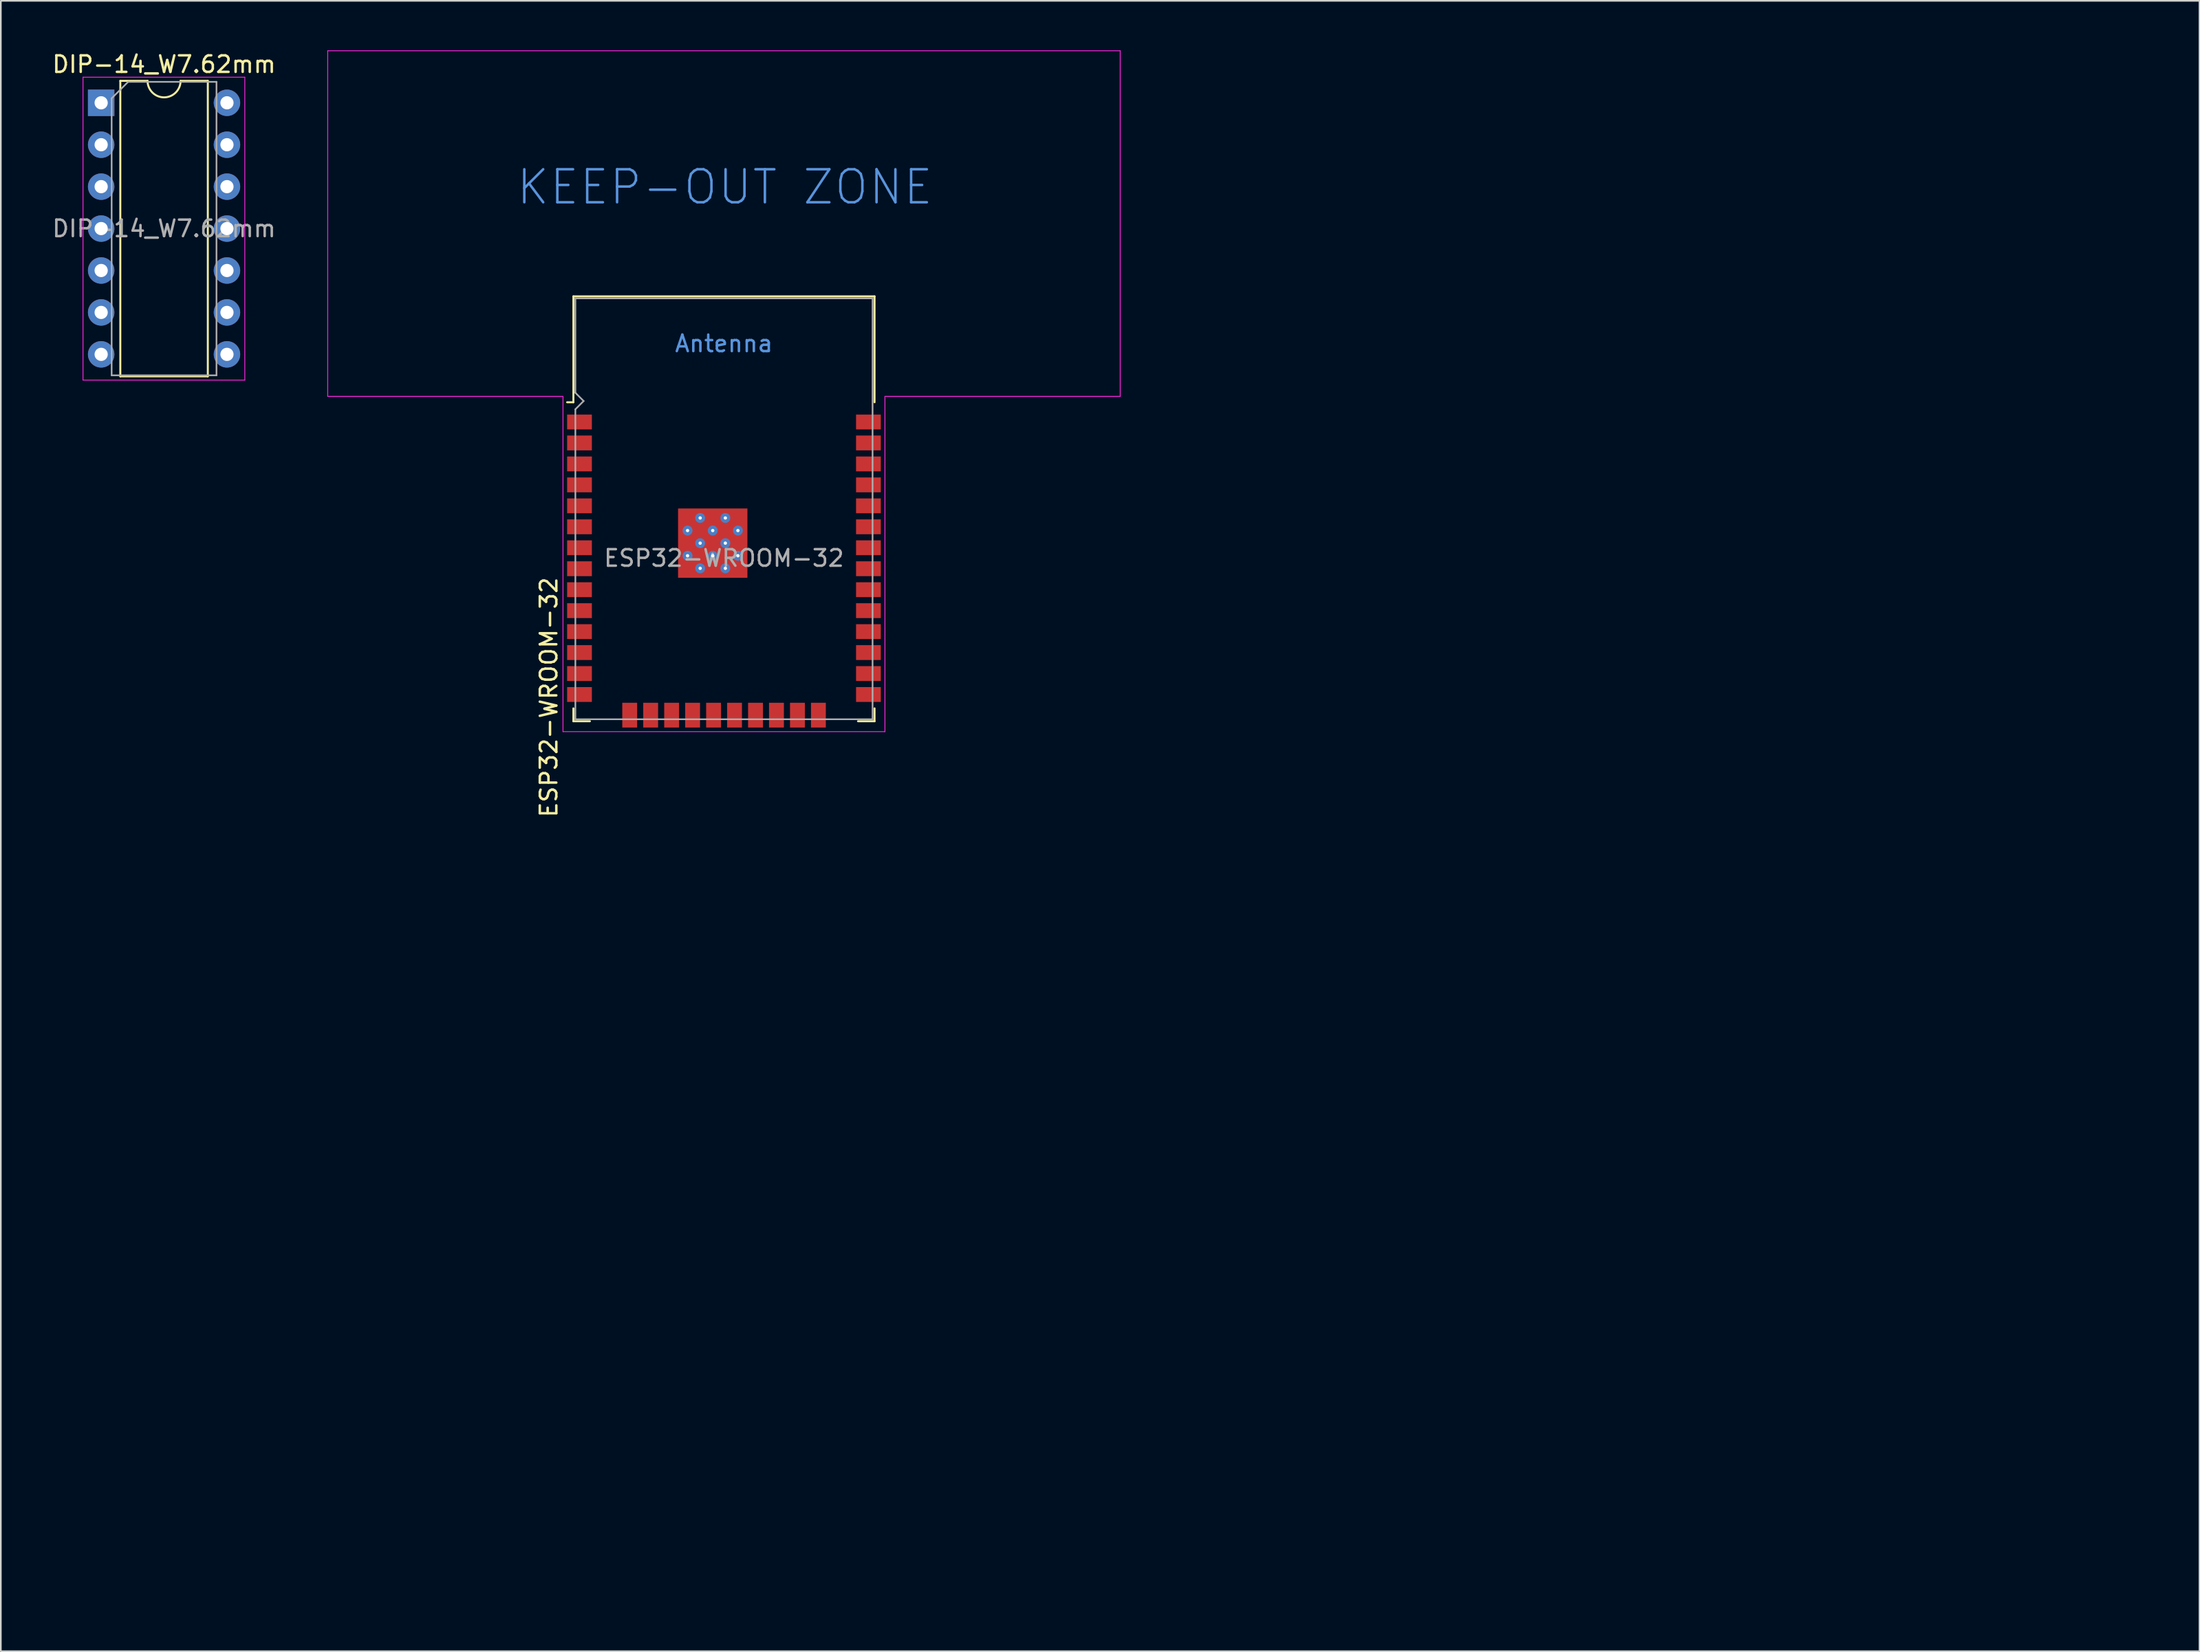
<source format=kicad_pcb>
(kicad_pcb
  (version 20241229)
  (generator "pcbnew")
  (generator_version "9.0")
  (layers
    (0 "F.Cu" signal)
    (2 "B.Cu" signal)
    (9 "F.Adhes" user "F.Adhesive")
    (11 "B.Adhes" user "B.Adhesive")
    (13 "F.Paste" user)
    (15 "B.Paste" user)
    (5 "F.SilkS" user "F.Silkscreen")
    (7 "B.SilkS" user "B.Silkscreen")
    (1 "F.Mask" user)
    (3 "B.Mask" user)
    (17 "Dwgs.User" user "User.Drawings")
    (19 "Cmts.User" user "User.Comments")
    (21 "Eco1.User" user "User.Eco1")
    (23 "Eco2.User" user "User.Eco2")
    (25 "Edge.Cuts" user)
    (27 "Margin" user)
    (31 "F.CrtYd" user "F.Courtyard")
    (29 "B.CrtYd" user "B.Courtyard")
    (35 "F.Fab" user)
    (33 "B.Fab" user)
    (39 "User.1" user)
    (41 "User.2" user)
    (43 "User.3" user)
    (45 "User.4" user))
  (footprint "ESP32-WROOM-32"
    (layer "F.Cu")
    (at 40.799 30.765)
    (property "Reference" "ESP32-WROOM-32" (at -10.61 8.43 90) (layer "F.SilkS") (effects (font (size 1 1) (thickness 0.15))))
    (attr smd)
    (fp_line (start -9.12 -15.86) (end -9.12 -9.445) (stroke (width 0.12) (type solid)) (layer "F.SilkS"))
    (fp_line (start -9.12 -15.86) (end 9.12 -15.86) (stroke (width 0.12) (type solid)) (layer "F.SilkS"))
    (fp_line (start -9.12 -9.445) (end -9.5 -9.445) (stroke (width 0.12) (type solid)) (layer "F.SilkS"))
    (fp_line (start -9.12 9.1) (end -9.12 9.88) (stroke (width 0.12) (type solid)) (layer "F.SilkS"))
    (fp_line (start -9.12 9.88) (end -8.12 9.88) (stroke (width 0.12) (type solid)) (layer "F.SilkS"))
    (fp_line (start 9.12 -15.86) (end 9.12 -9.445) (stroke (width 0.12) (type solid)) (layer "F.SilkS"))
    (fp_line (start 9.12 9.1) (end 9.12 9.88) (stroke (width 0.12) (type solid)) (layer "F.SilkS"))
    (fp_line (start 9.12 9.88) (end 8.12 9.88) (stroke (width 0.12) (type solid)) (layer "F.SilkS"))
    (fp_line (start -24 -30.74) (end -24 -9.8) (stroke (width 0.05) (type solid)) (layer "F.CrtYd"))
    (fp_line (start -24 -9.8) (end -9.75 -9.8) (stroke (width 0.05) (type solid)) (layer "F.CrtYd"))
    (fp_line (start -9.75 10.51) (end -9.75 -9.8) (stroke (width 0.05) (type solid)) (layer "F.CrtYd"))
    (fp_line (start -9.75 10.51) (end 9.75 10.51) (stroke (width 0.05) (type solid)) (layer "F.CrtYd"))
    (fp_line (start 9.75 -9.8) (end 9.75 10.51) (stroke (width 0.05) (type solid)) (layer "F.CrtYd"))
    (fp_line (start 9.75 -9.8) (end 24 -9.8) (stroke (width 0.05) (type solid)) (layer "F.CrtYd"))
    (fp_line (start 24 -30.74) (end -24 -30.74) (stroke (width 0.05) (type solid)) (layer "F.CrtYd"))
    (fp_line (start 24 -9.8) (end 24 -30.74) (stroke (width 0.05) (type solid)) (layer "F.CrtYd"))
    (fp_line (start -9 -15.74) (end -9 -10.02) (stroke (width 0.1) (type solid)) (layer "F.Fab"))
    (fp_line (start -9 -15.74) (end 9 -15.74) (stroke (width 0.1) (type solid)) (layer "F.Fab"))
    (fp_line (start -9 -9.02) (end -9 9.76) (stroke (width 0.1) (type solid)) (layer "F.Fab"))
    (fp_line (start -9 -9.02) (end -8.5 -9.52) (stroke (width 0.1) (type solid)) (layer "F.Fab"))
    (fp_line (start -9 9.76) (end 9 9.76) (stroke (width 0.1) (type solid)) (layer "F.Fab"))
    (fp_line (start -8.5 -9.52) (end -9 -10.02) (stroke (width 0.1) (type solid)) (layer "F.Fab"))
    (fp_line (start 9 9.76) (end 9 -15.74) (stroke (width 0.1) (type solid)) (layer "F.Fab"))
    (fp_text user "KEEP-OUT ZONE" (at 0.05 -22.48 0) (layer "Cmts.User") (effects (font (size 2 2) (thickness 0.15))))
    (fp_text user "Antenna" (at 0 -13 0) (layer "Cmts.User") (effects (font (size 1 1) (thickness 0.15))))
    (fp_text user "${REFERENCE}" (at 0 0 0) (layer "F.Fab") (effects (font (size 1 1) (thickness 0.15))))
    (pad "1" smd rect (at -8.75 -8.25) (size 1.5 0.9) (layers "F.Cu" "F.Mask" "F.Paste"))
    (pad "2" smd rect (at -8.75 -6.98) (size 1.5 0.9) (layers "F.Cu" "F.Mask" "F.Paste"))
    (pad "3" smd rect (at -8.75 -5.71) (size 1.5 0.9) (layers "F.Cu" "F.Mask" "F.Paste"))
    (pad "4" smd rect (at -8.75 -4.44) (size 1.5 0.9) (layers "F.Cu" "F.Mask" "F.Paste"))
    (pad "5" smd rect (at -8.75 -3.17) (size 1.5 0.9) (layers "F.Cu" "F.Mask" "F.Paste"))
    (pad "6" smd rect (at -8.75 -1.9) (size 1.5 0.9) (layers "F.Cu" "F.Mask" "F.Paste"))
    (pad "7" smd rect (at -8.75 -0.63) (size 1.5 0.9) (layers "F.Cu" "F.Mask" "F.Paste"))
    (pad "8" smd rect (at -8.75 0.64) (size 1.5 0.9) (layers "F.Cu" "F.Mask" "F.Paste"))
    (pad "9" smd rect (at -8.75 1.91) (size 1.5 0.9) (layers "F.Cu" "F.Mask" "F.Paste"))
    (pad "10" smd rect (at -8.75 3.18) (size 1.5 0.9) (layers "F.Cu" "F.Mask" "F.Paste"))
    (pad "11" smd rect (at -8.75 4.45) (size 1.5 0.9) (layers "F.Cu" "F.Mask" "F.Paste"))
    (pad "12" smd rect (at -8.75 5.72) (size 1.5 0.9) (layers "F.Cu" "F.Mask" "F.Paste"))
    (pad "13" smd rect (at -8.75 6.99) (size 1.5 0.9) (layers "F.Cu" "F.Mask" "F.Paste"))
    (pad "14" smd rect (at -8.75 8.26) (size 1.5 0.9) (layers "F.Cu" "F.Mask" "F.Paste"))
    (pad "15" smd rect (at -5.71 9.51 90) (size 1.5 0.9) (layers "F.Cu" "F.Mask" "F.Paste"))
    (pad "16" smd rect (at -4.44 9.51 90) (size 1.5 0.9) (layers "F.Cu" "F.Mask" "F.Paste"))
    (pad "17" smd rect (at -3.17 9.51 90) (size 1.5 0.9) (layers "F.Cu" "F.Mask" "F.Paste"))
    (pad "18" smd rect (at -1.9 9.51 90) (size 1.5 0.9) (layers "F.Cu" "F.Mask" "F.Paste"))
    (pad "19" smd rect (at -0.63 9.51 90) (size 1.5 0.9) (layers "F.Cu" "F.Mask" "F.Paste"))
    (pad "20" smd rect (at 0.64 9.51 90) (size 1.5 0.9) (layers "F.Cu" "F.Mask" "F.Paste"))
    (pad "21" smd rect (at 1.91 9.51 90) (size 1.5 0.9) (layers "F.Cu" "F.Mask" "F.Paste"))
    (pad "22" smd rect (at 3.18 9.51 90) (size 1.5 0.9) (layers "F.Cu" "F.Mask" "F.Paste"))
    (pad "23" smd rect (at 4.45 9.51 90) (size 1.5 0.9) (layers "F.Cu" "F.Mask" "F.Paste"))
    (pad "24" smd rect (at 5.72 9.51 90) (size 1.5 0.9) (layers "F.Cu" "F.Mask" "F.Paste"))
    (pad "25" smd rect (at 8.75 8.26) (size 1.5 0.9) (layers "F.Cu" "F.Mask" "F.Paste"))
    (pad "26" smd rect (at 8.75 6.99) (size 1.5 0.9) (layers "F.Cu" "F.Mask" "F.Paste"))
    (pad "27" smd rect (at 8.75 5.72) (size 1.5 0.9) (layers "F.Cu" "F.Mask" "F.Paste"))
    (pad "28" smd rect (at 8.75 4.45) (size 1.5 0.9) (layers "F.Cu" "F.Mask" "F.Paste"))
    (pad "29" smd rect (at 8.75 3.18) (size 1.5 0.9) (layers "F.Cu" "F.Mask" "F.Paste"))
    (pad "30" smd rect (at 8.75 1.91) (size 1.5 0.9) (layers "F.Cu" "F.Mask" "F.Paste"))
    (pad "31" smd rect (at 8.75 0.64) (size 1.5 0.9) (layers "F.Cu" "F.Mask" "F.Paste"))
    (pad "32" smd rect (at 8.75 -0.63) (size 1.5 0.9) (layers "F.Cu" "F.Mask" "F.Paste"))
    (pad "33" smd rect (at 8.75 -1.9) (size 1.5 0.9) (layers "F.Cu" "F.Mask" "F.Paste"))
    (pad "34" smd rect (at 8.75 -3.17) (size 1.5 0.9) (layers "F.Cu" "F.Mask" "F.Paste"))
    (pad "35" smd rect (at 8.75 -4.44) (size 1.5 0.9) (layers "F.Cu" "F.Mask" "F.Paste"))
    (pad "36" smd rect (at 8.75 -5.71) (size 1.5 0.9) (layers "F.Cu" "F.Mask" "F.Paste"))
    (pad "37" smd rect (at 8.75 -6.98) (size 1.5 0.9) (layers "F.Cu" "F.Mask" "F.Paste"))
    (pad "38" smd rect (at 8.75 -8.25) (size 1.5 0.9) (layers "F.Cu" "F.Mask" "F.Paste"))
    (pad "39" smd rect (at -2.205 -2.435) (size 1.05 1.05) (layers "F.Cu" "F.Paste"))
    (pad "39" thru_hole circle (at -2.205 -1.673) (size 0.6 0.6) (drill 0.2) (property pad_prop_heatsink) (layers "*.Cu" "F.Mask"))
    (pad "39" smd rect (at -2.205 -0.91) (size 1.05 1.05) (layers "F.Cu" "F.Paste"))
    (pad "39" thru_hole circle (at -2.205 -0.147) (size 0.6 0.6) (drill 0.2) (property pad_prop_heatsink) (layers "*.Cu" "F.Mask"))
    (pad "39" smd rect (at -2.205 0.615) (size 1.05 1.05) (layers "F.Cu" "F.Paste"))
    (pad "39" thru_hole circle (at -1.442 -2.435) (size 0.6 0.6) (drill 0.2) (property pad_prop_heatsink) (layers "*.Cu" "F.Mask"))
    (pad "39" thru_hole circle (at -1.442 -0.91) (size 0.6 0.6) (drill 0.2) (property pad_prop_heatsink) (layers "*.Cu" "F.Mask"))
    (pad "39" thru_hole circle (at -1.442 0.615) (size 0.6 0.6) (drill 0.2) (property pad_prop_heatsink) (layers "*.Cu" "F.Mask"))
    (pad "39" smd rect (at -0.68 -2.435) (size 1.05 1.05) (layers "F.Cu" "F.Paste"))
    (pad "39" thru_hole circle (at -0.68 -1.673) (size 0.6 0.6) (drill 0.2) (property pad_prop_heatsink) (layers "*.Cu" "F.Mask"))
    (pad "39" smd rect (at -0.68 -0.91) (size 1.05 1.05) (layers "F.Cu" "F.Paste"))
    (pad "39" smd rect (at -0.68 -0.91) (size 4.2 4.2) (layers "F.Cu" "F.Mask"))
    (pad "39" thru_hole circle (at -0.68 -0.147) (size 0.6 0.6) (drill 0.2) (property pad_prop_heatsink) (layers "*.Cu" "F.Mask"))
    (pad "39" smd rect (at -0.68 0.615) (size 1.05 1.05) (layers "F.Cu" "F.Paste"))
    (pad "39" thru_hole circle (at 0.083 -2.435) (size 0.6 0.6) (drill 0.2) (property pad_prop_heatsink) (layers "*.Cu" "F.Mask"))
    (pad "39" thru_hole circle (at 0.083 -0.91) (size 0.6 0.6) (drill 0.2) (property pad_prop_heatsink) (layers "*.Cu" "F.Mask"))
    (pad "39" thru_hole circle (at 0.083 0.615) (size 0.6 0.6) (drill 0.2) (property pad_prop_heatsink) (layers "*.Cu" "F.Mask"))
    (pad "39" smd rect (at 0.845 -2.435) (size 1.05 1.05) (layers "F.Cu" "F.Paste"))
    (pad "39" thru_hole circle (at 0.845 -1.673) (size 0.6 0.6) (drill 0.2) (property pad_prop_heatsink) (layers "*.Cu" "F.Mask"))
    (pad "39" smd rect (at 0.845 -0.91) (size 1.05 1.05) (layers "F.Cu" "F.Paste"))
    (pad "39" thru_hole circle (at 0.845 -0.147) (size 0.6 0.6) (drill 0.2) (property pad_prop_heatsink) (layers "*.Cu" "F.Mask"))
    (pad "39" smd rect (at 0.845 0.615) (size 1.05 1.05) (layers "F.Cu" "F.Paste"))
    (zone (net_name "") (layers "F.Cu" "B.Cu") (hatch full 0.508) (connect_pads) (min_thickness 0.254) (filled_areas_thickness no) (keepout (tracks not_allowed) (vias not_allowed) (pads not_allowed) (copperpour not_allowed) (footprints not_allowed)) (placement (enabled no)) (fill) (polygon (pts (xy 79.169 93.985) (xy 127.169 93.985) (xy 127.169 73.045) (xy 79.169 73.045)))))
  (footprint "DIP-14_W7.62mm"
    (layer "F.Cu")
    (at 3.077 3.178)
    (property "Reference" "DIP-14_W7.62mm" (at 3.81 -2.33 0) (layer "F.SilkS") (effects (font (size 1 1) (thickness 0.15))))
    (attr through_hole)
    (fp_line (start 1.16 -1.33) (end 1.16 16.57) (stroke (width 0.12) (type solid)) (layer "F.SilkS"))
    (fp_line (start 1.16 16.57) (end 6.46 16.57) (stroke (width 0.12) (type solid)) (layer "F.SilkS"))
    (fp_line (start 2.81 -1.33) (end 1.16 -1.33) (stroke (width 0.12) (type solid)) (layer "F.SilkS"))
    (fp_line (start 6.46 -1.33) (end 4.81 -1.33) (stroke (width 0.12) (type solid)) (layer "F.SilkS"))
    (fp_line (start 6.46 16.57) (end 6.46 -1.33) (stroke (width 0.12) (type solid)) (layer "F.SilkS"))
    (fp_arc (start 4.81 -1.33) (mid 3.81 -0.33) (end 2.81 -1.33) (stroke (width 0.12) (type solid)) (layer "F.SilkS"))
    (fp_line (start -1.1 -1.55) (end -1.1 16.8) (stroke (width 0.05) (type solid)) (layer "F.CrtYd"))
    (fp_line (start -1.1 16.8) (end 8.7 16.8) (stroke (width 0.05) (type solid)) (layer "F.CrtYd"))
    (fp_line (start 8.7 -1.55) (end -1.1 -1.55) (stroke (width 0.05) (type solid)) (layer "F.CrtYd"))
    (fp_line (start 8.7 16.8) (end 8.7 -1.55) (stroke (width 0.05) (type solid)) (layer "F.CrtYd"))
    (fp_line (start 0.635 -0.27) (end 1.635 -1.27) (stroke (width 0.1) (type solid)) (layer "F.Fab"))
    (fp_line (start 0.635 16.51) (end 0.635 -0.27) (stroke (width 0.1) (type solid)) (layer "F.Fab"))
    (fp_line (start 1.635 -1.27) (end 6.985 -1.27) (stroke (width 0.1) (type solid)) (layer "F.Fab"))
    (fp_line (start 6.985 -1.27) (end 6.985 16.51) (stroke (width 0.1) (type solid)) (layer "F.Fab"))
    (fp_line (start 6.985 16.51) (end 0.635 16.51) (stroke (width 0.1) (type solid)) (layer "F.Fab"))
    (fp_text user "${REFERENCE}" (at 3.81 7.62 0) (layer "F.Fab") (effects (font (size 1 1) (thickness 0.15))))
    (pad "1" thru_hole rect (at 0 0) (size 1.6 1.6) (drill 0.8) (layers "*.Cu" "*.Mask"))
    (pad "2" thru_hole oval (at 0 2.54) (size 1.6 1.6) (drill 0.8) (layers "*.Cu" "*.Mask"))
    (pad "3" thru_hole oval (at 0 5.08) (size 1.6 1.6) (drill 0.8) (layers "*.Cu" "*.Mask"))
    (pad "4" thru_hole oval (at 0 7.62) (size 1.6 1.6) (drill 0.8) (layers "*.Cu" "*.Mask"))
    (pad "5" thru_hole oval (at 0 10.16) (size 1.6 1.6) (drill 0.8) (layers "*.Cu" "*.Mask"))
    (pad "6" thru_hole oval (at 0 12.7) (size 1.6 1.6) (drill 0.8) (layers "*.Cu" "*.Mask"))
    (pad "7" thru_hole oval (at 0 15.24) (size 1.6 1.6) (drill 0.8) (layers "*.Cu" "*.Mask"))
    (pad "8" thru_hole oval (at 7.62 15.24) (size 1.6 1.6) (drill 0.8) (layers "*.Cu" "*.Mask"))
    (pad "9" thru_hole oval (at 7.62 12.7) (size 1.6 1.6) (drill 0.8) (layers "*.Cu" "*.Mask"))
    (pad "10" thru_hole oval (at 7.62 10.16) (size 1.6 1.6) (drill 0.8) (layers "*.Cu" "*.Mask"))
    (pad "11" thru_hole oval (at 7.62 7.62) (size 1.6 1.6) (drill 0.8) (layers "*.Cu" "*.Mask"))
    (pad "12" thru_hole oval (at 7.62 5.08) (size 1.6 1.6) (drill 0.8) (layers "*.Cu" "*.Mask"))
    (pad "13" thru_hole oval (at 7.62 2.54) (size 1.6 1.6) (drill 0.8) (layers "*.Cu" "*.Mask"))
    (pad "14" thru_hole oval (at 7.62 0) (size 1.6 1.6) (drill 0.8) (layers "*.Cu" "*.Mask")))
  (gr_rect
    (start -3 -3)
    (end 130.169 96.985)
    (stroke (width 0.1) (type default))
    (fill no)
    (layer "Edge.Cuts")))
</source>
